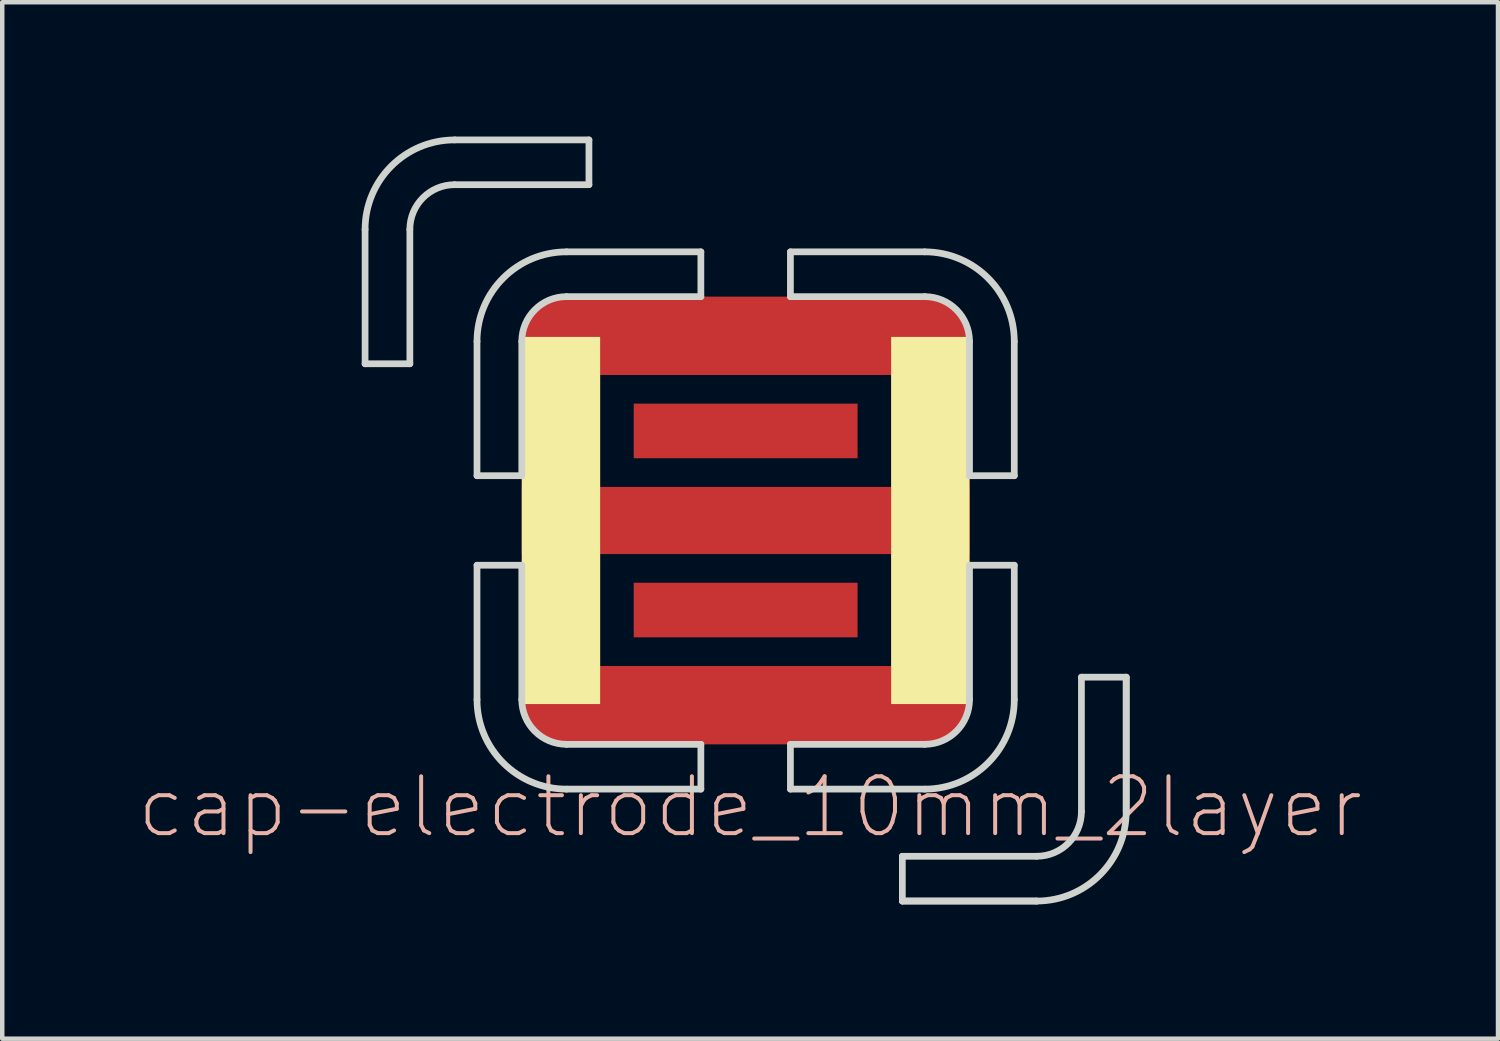
<source format=kicad_pcb>
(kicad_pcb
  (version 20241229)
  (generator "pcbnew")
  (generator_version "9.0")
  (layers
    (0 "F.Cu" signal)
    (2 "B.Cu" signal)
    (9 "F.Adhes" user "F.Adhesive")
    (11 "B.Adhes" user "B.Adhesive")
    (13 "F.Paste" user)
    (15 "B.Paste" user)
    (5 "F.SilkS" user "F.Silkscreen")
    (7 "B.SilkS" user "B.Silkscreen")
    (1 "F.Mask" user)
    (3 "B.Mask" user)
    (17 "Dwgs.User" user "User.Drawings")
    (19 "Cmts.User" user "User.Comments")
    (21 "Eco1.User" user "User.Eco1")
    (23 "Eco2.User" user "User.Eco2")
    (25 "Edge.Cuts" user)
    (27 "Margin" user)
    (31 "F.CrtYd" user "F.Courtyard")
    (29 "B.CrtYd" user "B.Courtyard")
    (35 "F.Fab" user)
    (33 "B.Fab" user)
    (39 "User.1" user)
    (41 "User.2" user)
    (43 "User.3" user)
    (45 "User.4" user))
  (footprint "cap-electrode_10mm_2layer"
    (layer "F.Cu")
    (at 13.604 8.575)
    (property "Reference" "cap-electrode_10mm_2layer" (at 0.1 6.4 0) (layer "B.SilkS") (effects (font (size 1.27 1.27) (thickness 0.089))))
    (attr smd)
    (fp_line (start -8.5 -6.5) (end -8.5 -3.5) (stroke (width 0.15) (type solid)) (layer "Edge.Cuts"))
    (fp_line (start -8.5 -3.5) (end -7.5 -3.5) (stroke (width 0.15) (type solid)) (layer "Edge.Cuts"))
    (fp_line (start -7.5 -3.5) (end -7.5 -6.5) (stroke (width 0.15) (type solid)) (layer "Edge.Cuts"))
    (fp_line (start -6.5 -8.5) (end -3.5 -8.5) (stroke (width 0.15) (type solid)) (layer "Edge.Cuts"))
    (fp_line (start -6 -4) (end -6 -1) (stroke (width 0.15) (type solid)) (layer "Edge.Cuts"))
    (fp_line (start -6 -1) (end -5 -1) (stroke (width 0.15) (type solid)) (layer "Edge.Cuts"))
    (fp_line (start -6 1) (end -5 1) (stroke (width 0.15) (type solid)) (layer "Edge.Cuts"))
    (fp_line (start -6 4) (end -6 1) (stroke (width 0.15) (type solid)) (layer "Edge.Cuts"))
    (fp_line (start -5 -1) (end -5 -4) (stroke (width 0.15) (type solid)) (layer "Edge.Cuts"))
    (fp_line (start -5 1) (end -5 4) (stroke (width 0.15) (type solid)) (layer "Edge.Cuts"))
    (fp_line (start -4 -6) (end -1 -6) (stroke (width 0.15) (type solid)) (layer "Edge.Cuts"))
    (fp_line (start -4 6) (end -1 6) (stroke (width 0.15) (type solid)) (layer "Edge.Cuts"))
    (fp_line (start -3.5 -8.5) (end -3.5 -7.5) (stroke (width 0.15) (type solid)) (layer "Edge.Cuts"))
    (fp_line (start -3.5 -7.5) (end -6.5 -7.5) (stroke (width 0.15) (type solid)) (layer "Edge.Cuts"))
    (fp_line (start -1 -6) (end -1 -5) (stroke (width 0.15) (type solid)) (layer "Edge.Cuts"))
    (fp_line (start -1 -5) (end -4 -5) (stroke (width 0.15) (type solid)) (layer "Edge.Cuts"))
    (fp_line (start -1 5) (end -4 5) (stroke (width 0.15) (type solid)) (layer "Edge.Cuts"))
    (fp_line (start -1 6) (end -1 5) (stroke (width 0.15) (type solid)) (layer "Edge.Cuts"))
    (fp_line (start 1 -6) (end 1 -5) (stroke (width 0.15) (type solid)) (layer "Edge.Cuts"))
    (fp_line (start 1 -5) (end 4 -5) (stroke (width 0.15) (type solid)) (layer "Edge.Cuts"))
    (fp_line (start 1 5) (end 4 5) (stroke (width 0.15) (type solid)) (layer "Edge.Cuts"))
    (fp_line (start 1 6) (end 1 5) (stroke (width 0.15) (type solid)) (layer "Edge.Cuts"))
    (fp_line (start 3.5 7.5) (end 6.5 7.5) (stroke (width 0.15) (type solid)) (layer "Edge.Cuts"))
    (fp_line (start 3.5 8.5) (end 3.5 7.5) (stroke (width 0.15) (type solid)) (layer "Edge.Cuts"))
    (fp_line (start 4 -6) (end 1 -6) (stroke (width 0.15) (type solid)) (layer "Edge.Cuts"))
    (fp_line (start 4 6) (end 1 6) (stroke (width 0.15) (type solid)) (layer "Edge.Cuts"))
    (fp_line (start 5 -1) (end 5 -4) (stroke (width 0.15) (type solid)) (layer "Edge.Cuts"))
    (fp_line (start 5 1) (end 5 4) (stroke (width 0.15) (type solid)) (layer "Edge.Cuts"))
    (fp_line (start 6 -4) (end 6 -1) (stroke (width 0.15) (type solid)) (layer "Edge.Cuts"))
    (fp_line (start 6 -1) (end 5 -1) (stroke (width 0.15) (type solid)) (layer "Edge.Cuts"))
    (fp_line (start 6 1) (end 5 1) (stroke (width 0.15) (type solid)) (layer "Edge.Cuts"))
    (fp_line (start 6 4) (end 6 1) (stroke (width 0.15) (type solid)) (layer "Edge.Cuts"))
    (fp_line (start 6.5 8.5) (end 3.5 8.5) (stroke (width 0.15) (type solid)) (layer "Edge.Cuts"))
    (fp_line (start 6.5 8.5) (end 3.5 8.5) (stroke (width 0.15) (type solid)) (layer "Edge.Cuts"))
    (fp_line (start 7.5 3.5) (end 7.5 6.5) (stroke (width 0.15) (type solid)) (layer "Edge.Cuts"))
    (fp_line (start 8.5 3.5) (end 7.5 3.5) (stroke (width 0.15) (type solid)) (layer "Edge.Cuts"))
    (fp_line (start 8.5 6.5) (end 8.5 3.5) (stroke (width 0.15) (type solid)) (layer "Edge.Cuts"))
    (fp_line (start 8.5 6.5) (end 8.5 3.5) (stroke (width 0.15) (type solid)) (layer "Edge.Cuts"))
    (fp_arc (start -8.5 -6.5) (mid -7.914214 -7.914214) (end -6.5 -8.5) (stroke (width 0.15) (type solid)) (layer "Edge.Cuts"))
    (fp_arc (start -7.5 -6.5) (mid -7.207107 -7.207107) (end -6.5 -7.5) (stroke (width 0.15) (type solid)) (layer "Edge.Cuts"))
    (fp_arc (start -6 -4) (mid -5.414214 -5.414214) (end -4 -6) (stroke (width 0.15) (type solid)) (layer "Edge.Cuts"))
    (fp_arc (start -5 -4) (mid -4.707107 -4.707107) (end -4 -5) (stroke (width 0.15) (type solid)) (layer "Edge.Cuts"))
    (fp_arc (start -4 5) (mid -4.707107 4.707107) (end -5 4) (stroke (width 0.15) (type solid)) (layer "Edge.Cuts"))
    (fp_arc (start -4 6) (mid -5.414214 5.414214) (end -6 4) (stroke (width 0.15) (type solid)) (layer "Edge.Cuts"))
    (fp_arc (start 4 -6) (mid 5.414214 -5.414214) (end 6 -4) (stroke (width 0.15) (type solid)) (layer "Edge.Cuts"))
    (fp_arc (start 4 -5) (mid 4.707107 -4.707107) (end 5 -4) (stroke (width 0.15) (type solid)) (layer "Edge.Cuts"))
    (fp_arc (start 5 4) (mid 4.707107 4.707107) (end 4 5) (stroke (width 0.15) (type solid)) (layer "Edge.Cuts"))
    (fp_arc (start 6 4) (mid 5.414214 5.414214) (end 4 6) (stroke (width 0.15) (type solid)) (layer "Edge.Cuts"))
    (fp_arc (start 7.5 6.5) (mid 7.207107 7.207107) (end 6.5 7.5) (stroke (width 0.15) (type solid)) (layer "Edge.Cuts"))
    (fp_arc (start 8.5 6.5) (mid 7.914214 7.914214) (end 6.5 8.5) (stroke (width 0.15) (type solid)) (layer "Edge.Cuts"))
    (pad "1" smd oval (at -4.125 -4.125) (size 1.75 1.75) (layers "F.Cu" "F.Mask"))
    (pad "1" smd rect (at -4.125 0) (size 1.75 8.2) (layers "F.Cu" "F.Mask" "F.SilkS"))
    (pad "1" smd oval (at -4.125 4.125) (size 1.75 1.75) (layers "F.Cu" "F.Mask"))
    (pad "1" smd rect (at 0 -4.125) (size 8.25 1.75) (layers "F.Cu" "F.Mask"))
    (pad "1" smd rect (at 0 0) (size 10 1.5) (layers "F.Cu" "F.Mask"))
    (pad "1" smd rect (at 0 4.125) (size 8.25 1.75) (layers "F.Cu" "F.Mask"))
    (pad "1" smd oval (at 4.125 -4.125) (size 1.75 1.75) (layers "F.Cu" "F.Mask"))
    (pad "1" smd rect (at 4.125 0) (size 1.75 8.2) (layers "F.Cu" "F.Mask" "F.SilkS"))
    (pad "1" smd oval (at 4.125 4.125) (size 1.75 1.75) (layers "F.Cu" "F.Mask"))
    (pad "2" smd rect (at 0 -2) (size 5 1.22) (layers "F.Cu" "F.Mask"))
    (pad "2" smd rect (at 0 2) (size 5 1.22) (layers "F.Cu" "F.Mask")))
  (gr_rect
    (start -3 -3)
    (end 30.408 20.15)
    (stroke (width 0.1) (type default))
    (fill no)
    (layer "Edge.Cuts")))
</source>
